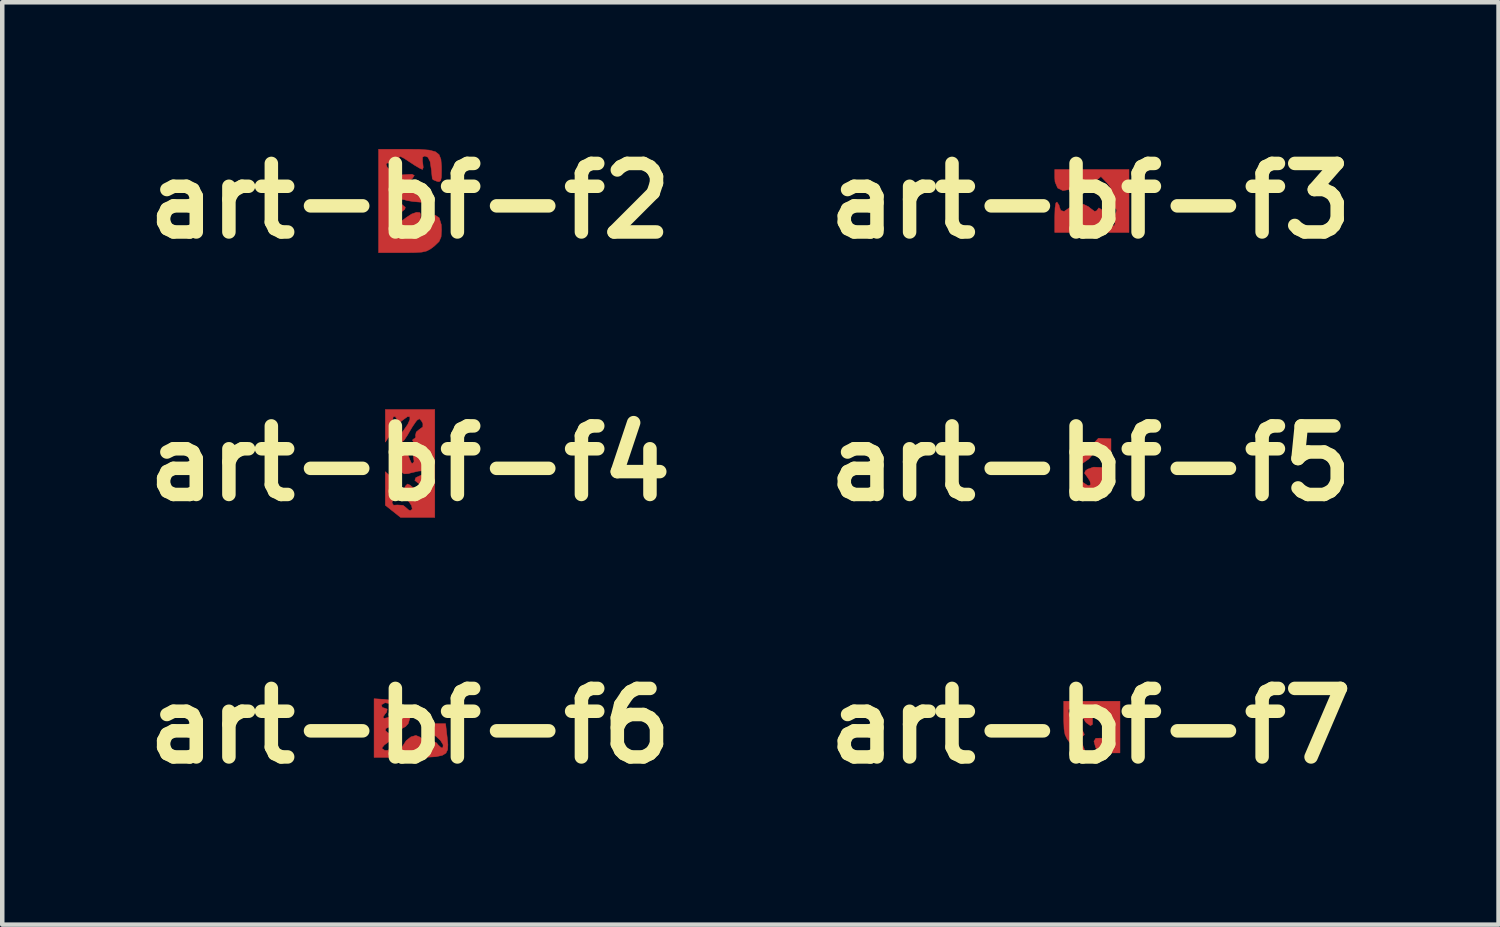
<source format=kicad_pcb>
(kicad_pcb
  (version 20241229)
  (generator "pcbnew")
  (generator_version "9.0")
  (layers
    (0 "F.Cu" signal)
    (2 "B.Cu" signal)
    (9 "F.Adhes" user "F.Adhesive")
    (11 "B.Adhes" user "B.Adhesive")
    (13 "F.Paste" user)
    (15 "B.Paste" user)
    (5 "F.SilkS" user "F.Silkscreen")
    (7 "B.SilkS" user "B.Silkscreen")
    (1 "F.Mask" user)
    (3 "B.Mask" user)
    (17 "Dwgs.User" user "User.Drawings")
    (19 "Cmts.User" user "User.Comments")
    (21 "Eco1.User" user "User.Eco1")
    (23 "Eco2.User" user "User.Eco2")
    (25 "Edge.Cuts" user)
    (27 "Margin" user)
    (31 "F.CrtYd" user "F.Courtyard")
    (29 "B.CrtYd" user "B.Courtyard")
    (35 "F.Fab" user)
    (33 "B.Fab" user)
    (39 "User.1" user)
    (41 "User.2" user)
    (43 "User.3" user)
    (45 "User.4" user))
  (footprint "art-bf-f3"
    (layer "F.Cu")
    (at 21.201 1.418)
    (property "Reference" "art-bf-f3" (at 0 0 0) (layer "F.SilkS") (effects (font (size 1.524 1.524) (thickness 0.3))))
    (attr through_hole)
    (fp_poly (pts (xy 0.85 0.7) (xy -0.8 0.7) (xy -0.8 0.347) (xy -0.794 0.155) (xy -0.775 0.045) (xy -0.75 0.025) (xy -0.703 0.098) (xy -0.7 0.125) (xy -0.666 0.211) (xy -0.592 0.233) (xy -0.53 0.191) (xy -0.445 0.131) (xy -0.314 0.085) (xy -0.304 0.083) (xy -0.161 0.074) (xy -0.05 0.128) (xy -0.009 0.162) (xy 0.085 0.231) (xy 0.133 0.219) (xy 0.136 0.212) (xy 0.179 0.154) (xy 0.236 0.189) (xy 0.31 0.318) (xy 0.325 0.35) (xy 0.396 0.47) (xy 0.468 0.54) (xy 0.523 0.551) (xy 0.542 0.497) (xy 0.533 0.44) (xy 0.533 0.324) (xy 0.56 0.263) (xy 0.578 0.204) (xy 0.53 0.129) (xy 0.445 0.05) (xy 0.321 -0.047) (xy 0.214 -0.115) (xy 0.188 -0.127) (xy 0.11 -0.176) (xy 0.113 -0.228) (xy 0.177 -0.267) (xy 0.284 -0.276) (xy 0.345 -0.266) (xy 0.432 -0.258) (xy 0.437 -0.305) (xy 0.359 -0.406) (xy 0.338 -0.427) (xy 0.227 -0.543) (xy 0.021 -0.374) (xy -0.119 -0.273) (xy -0.206 -0.244) (xy -0.239 -0.259) (xy -0.319 -0.287) (xy -0.449 -0.258) (xy -0.62 -0.231) (xy -0.736 -0.288) (xy -0.794 -0.425) (xy -0.8 -0.512) (xy -0.8 -0.7) (xy 0.85 -0.7) (xy 0.85 0.7)) (stroke (width 0.01) (type solid)) (fill yes) (layer "F.Cu")))
  (footprint "art-bf-f7"
    (layer "F.Cu")
    (at 21.201 13.09)
    (property "Reference" "art-bf-f7" (at 0 0 0) (layer "F.SilkS") (effects (font (size 1.524 1.524) (thickness 0.3))))
    (attr through_hole)
    (fp_poly (pts (xy 0.65 0.6) (xy 0.408 0.6) (xy 0.256 0.593) (xy 0.171 0.562) (xy 0.118 0.494) (xy 0.107 0.471) (xy 0.071 0.341) (xy 0.112 0.275) (xy 0.231 0.271) (xy 0.255 0.276) (xy 0.361 0.28) (xy 0.405 0.244) (xy 0.37 0.188) (xy 0.353 0.177) (xy 0.329 0.113) (xy 0.332 -0.005) (xy 0.335 -0.026) (xy 0.337 -0.142) (xy 0.309 -0.201) (xy 0.268 -0.19) (xy 0.236 -0.113) (xy 0.213 -0.076) (xy 0.177 -0.127) (xy 0.152 -0.187) (xy 0.093 -0.301) (xy 0.049 -0.319) (xy 0.031 -0.243) (xy 0.039 -0.152) (xy 0.039 -0.035) (xy -0.006 -0.006) (xy -0.094 -0.067) (xy -0.124 -0.099) (xy -0.188 -0.226) (xy -0.183 -0.349) (xy -0.18 -0.457) (xy -0.212 -0.502) (xy -0.26 -0.469) (xy -0.282 -0.424) (xy -0.347 -0.37) (xy -0.406 -0.377) (xy -0.485 -0.376) (xy -0.5 -0.333) (xy -0.479 -0.256) (xy -0.463 -0.242) (xy -0.406 -0.193) (xy -0.327 -0.1) (xy -0.244 0.011) (xy -0.177 0.115) (xy -0.143 0.185) (xy -0.148 0.2) (xy -0.19 0.241) (xy -0.197 0.339) (xy -0.168 0.46) (xy -0.148 0.503) (xy -0.125 0.584) (xy -0.16 0.608) (xy -0.237 0.582) (xy -0.337 0.511) (xy -0.442 0.403) (xy -0.524 0.292) (xy -0.571 0.194) (xy -0.593 0.072) (xy -0.6 -0.105) (xy -0.6 -0.172) (xy -0.6 -0.55) (xy 0.65 -0.55) (xy 0.65 0.6)) (stroke (width 0.01) (type solid)) (fill yes) (layer "F.Cu")))
  (footprint "art-bf-f5"
    (layer "F.Cu")
    (at 21.201 7.254)
    (property "Reference" "art-bf-f5" (at 0 0 0) (layer "F.SilkS") (effects (font (size 1.524 1.524) (thickness 0.3))))
    (attr through_hole)
    (fp_poly (pts (xy 0.45 0.6) (xy 0 0.6) (xy -0.1 0.57) (xy -0.245 0.519) (xy -0.315 0.501) (xy -0.37 0.47) (xy -0.41 0.45) (xy -0.42 0.42) (xy -0.417 0.376) (xy -0.33 0.35) (xy -0.205 0.401) (xy -0.172 0.423) (xy -0.083 0.481) (xy -0.037 0.498) (xy -0.001 0.467) (xy -0.019 0.387) (xy -0.083 0.291) (xy -0.138 0.217) (xy -0.118 0.165) (xy -0.071 0.128) (xy 0.06 0.082) (xy 0.162 0.085) (xy 0.265 0.091) (xy 0.299 0.046) (xy 0.3 0.031) (xy 0.274 -0.039) (xy 0.248 -0.05) (xy 0.222 -0.081) (xy 0.248 -0.147) (xy 0.301 -0.292) (xy 0.288 -0.375) (xy 0.226 -0.386) (xy 0.134 -0.317) (xy 0.074 -0.236) (xy -0.041 -0.101) (xy -0.182 -0.003) (xy -0.316 0.039) (xy -0.378 0.031) (xy -0.425 -0.028) (xy -0.3 -0.15) (xy -0.16 -0.21) (xy 0.17 -0.56) (xy 0.45 -0.55) (xy 0.45 0.6)) (stroke (width 0.01) (type solid)) (fill yes) (layer "F.Cu")))
  (footprint "art-bf-f6"
    (layer "F.Cu")
    (at 6.067 13.09)
    (property "Reference" "art-bf-f6" (at 0 0 0) (layer "F.SilkS") (effects (font (size 1.524 1.524) (thickness 0.3))))
    (attr through_hole)
    (fp_poly (pts (xy -0.562 -0.59) (xy -0.424 -0.572) (xy -0.353 -0.542) (xy -0.35 -0.525) (xy -0.409 -0.49) (xy -0.425 -0.493) (xy -0.556 -0.516) (xy -0.631 -0.474) (xy -0.636 -0.463) (xy -0.617 -0.409) (xy -0.579 -0.4) (xy -0.508 -0.374) (xy -0.521 -0.306) (xy -0.559 -0.261) (xy -0.603 -0.194) (xy -0.575 -0.168) (xy -0.498 -0.185) (xy -0.401 -0.241) (xy -0.252 -0.33) (xy -0.14 -0.341) (xy -0.06 -0.29) (xy -0.003 -0.175) (xy -0.041 -0.052) (xy -0.099 0.013) (xy -0.204 0.07) (xy -0.324 0.05) (xy -0.329 0.049) (xy -0.461 0.022) (xy -0.538 0.056) (xy -0.55 0.099) (xy -0.508 0.144) (xy -0.416 0.186) (xy -0.282 0.231) (xy -0.466 0.345) (xy -0.572 0.423) (xy -0.623 0.487) (xy -0.622 0.504) (xy -0.56 0.545) (xy -0.485 0.542) (xy -0.45 0.5) (xy -0.409 0.457) (xy -0.37 0.45) (xy -0.313 0.481) (xy -0.318 0.525) (xy -0.313 0.589) (xy -0.284 0.6) (xy -0.225 0.558) (xy -0.168 0.456) (xy -0.166 0.451) (xy -0.085 0.325) (xy 0.02 0.243) (xy 0.13 0.211) (xy 0.217 0.247) (xy 0.25 0.275) (xy 0.325 0.366) (xy 0.35 0.433) (xy 0.371 0.495) (xy 0.431 0.469) (xy 0.482 0.412) (xy 0.538 0.354) (xy 0.585 0.374) (xy 0.624 0.421) (xy 0.691 0.484) (xy 0.729 0.488) (xy 0.736 0.42) (xy 0.679 0.326) (xy 0.578 0.231) (xy 0.471 0.17) (xy 0.335 0.094) (xy 0.297 0.026) (xy 0.352 -0.025) (xy 0.498 -0.049) (xy 0.545 -0.05) (xy 0.79 -0.05) (xy 0.826 0.259) (xy 0.841 0.413) (xy 0.836 0.526) (xy 0.798 0.605) (xy 0.715 0.655) (xy 0.574 0.684) (xy 0.364 0.697) (xy 0.07 0.7) (xy -0.06 0.7) (xy -0.8 0.7) (xy -0.8 -0.605) (xy -0.562 -0.59)) (stroke (width 0.01) (type solid)) (fill yes) (layer "F.Cu")))
  (footprint "art-bf-f4"
    (layer "F.Cu")
    (at 6.067 7.254)
    (property "Reference" "art-bf-f4" (at 0 0 0) (layer "F.SilkS") (effects (font (size 1.524 1.524) (thickness 0.3))))
    (attr through_hole)
    (fp_poly (pts (xy 0.55 1.2) (xy -0.21 1.2) (xy -0.55 0.93) (xy -0.55 0.183) (xy -0.425 0.3) (xy -0.345 0.415) (xy -0.302 0.557) (xy -0.301 0.688) (xy -0.347 0.773) (xy -0.35 0.775) (xy -0.396 0.847) (xy -0.4 0.879) (xy -0.368 0.929) (xy -0.284 0.923) (xy -0.156 0.931) (xy -0.103 0.972) (xy -0.03 1.036) (xy 0.006 1.05) (xy 0.049 1.017) (xy 0.034 0.938) (xy -0.029 0.845) (xy -0.05 0.825) (xy -0.139 0.694) (xy -0.128 0.552) (xy -0.102 0.502) (xy -0.057 0.457) (xy 0.003 0.484) (xy 0.038 0.514) (xy 0.132 0.58) (xy 0.191 0.6) (xy 0.243 0.567) (xy 0.241 0.498) (xy 0.188 0.438) (xy 0.175 0.432) (xy 0.106 0.377) (xy 0.127 0.316) (xy 0.225 0.271) (xy 0.319 0.23) (xy 0.35 0.189) (xy 0.307 0.162) (xy 0.188 0.17) (xy 0.013 0.211) (xy -0.037 0.226) (xy -0.129 0.231) (xy -0.225 0.174) (xy -0.3 0.1) (xy -0.394 -0.026) (xy -0.446 -0.149) (xy -0.45 -0.18) (xy -0.432 -0.267) (xy -0.359 -0.298) (xy -0.304 -0.3) (xy -0.154 -0.266) (xy -0.043 -0.181) (xy 0 -0.071) (xy 0.031 -0.007) (xy 0.055 0) (xy 0.089 -0.041) (xy 0.079 -0.125) (xy 0.064 -0.219) (xy 0.092 -0.243) (xy 0.18 -0.199) (xy 0.229 -0.168) (xy 0.33 -0.116) (xy 0.395 -0.13) (xy 0.415 -0.149) (xy 0.445 -0.212) (xy 0.425 -0.231) (xy 0.289 -0.297) (xy 0.171 -0.377) (xy 0.087 -0.457) (xy 0.053 -0.52) (xy 0.086 -0.549) (xy 0.098 -0.55) (xy 0.127 -0.586) (xy 0.12 -0.621) (xy 0.137 -0.698) (xy 0.196 -0.748) (xy 0.284 -0.812) (xy 0.286 -0.886) (xy 0.251 -0.95) (xy 0.207 -0.994) (xy 0.155 -0.961) (xy 0.126 -0.925) (xy 0.051 -0.815) (xy -0.034 -0.671) (xy -0.052 -0.638) (xy -0.13 -0.521) (xy -0.205 -0.456) (xy -0.226 -0.45) (xy -0.288 -0.467) (xy -0.285 -0.526) (xy -0.216 -0.638) (xy -0.15 -0.725) (xy -0.051 -0.869) (xy -0.003 -0.978) (xy -0.005 -1.04) (xy -0.057 -1.041) (xy -0.158 -0.968) (xy -0.228 -0.914) (xy -0.263 -0.931) (xy -0.279 -0.968) (xy -0.331 -1.045) (xy -0.375 -1.036) (xy -0.39 -0.953) (xy -0.384 -0.909) (xy -0.399 -0.729) (xy -0.453 -0.622) (xy -0.549 -0.475) (xy -0.55 -1.2) (xy 0.55 -1.2) (xy 0.55 1.2)) (stroke (width 0.01) (type solid)) (fill yes) (layer "F.Cu")))
  (footprint "art-bf-f2"
    (layer "F.Cu")
    (at 6.067 1.418)
    (property "Reference" "art-bf-f2" (at 0 0 0) (layer "F.SilkS") (effects (font (size 1.524 1.524) (thickness 0.3))))
    (attr through_hole)
    (fp_poly (pts (xy 0.213 -1.147) (xy 0.423 -1.131) (xy 0.562 -1.095) (xy 0.645 -1.03) (xy 0.686 -0.927) (xy 0.699 -0.778) (xy 0.7 -0.688) (xy 0.697 -0.53) (xy 0.681 -0.451) (xy 0.645 -0.428) (xy 0.6 -0.436) (xy 0.516 -0.47) (xy 0.495 -0.493) (xy 0.487 -0.561) (xy 0.476 -0.681) (xy 0.475 -0.686) (xy 0.447 -0.873) (xy 0.396 -0.973) (xy 0.328 -1) (xy 0.278 -0.975) (xy 0.276 -0.885) (xy 0.282 -0.85) (xy 0.293 -0.746) (xy 0.277 -0.7) (xy 0.276 -0.7) (xy 0.217 -0.726) (xy 0.105 -0.792) (xy 0.017 -0.85) (xy -0.132 -0.948) (xy -0.214 -0.989) (xy -0.245 -0.975) (xy -0.237 -0.907) (xy -0.229 -0.875) (xy -0.224 -0.776) (xy -0.28 -0.755) (xy -0.398 -0.81) (xy -0.398 -0.811) (xy -0.495 -0.849) (xy -0.534 -0.822) (xy -0.509 -0.75) (xy -0.44 -0.675) (xy -0.323 -0.597) (xy -0.195 -0.578) (xy -0.102 -0.586) (xy 0.043 -0.594) (xy 0.095 -0.567) (xy 0.054 -0.504) (xy 0.013 -0.47) (xy -0.04 -0.422) (xy -0.011 -0.404) (xy 0.06 -0.402) (xy 0.184 -0.378) (xy 0.232 -0.32) (xy 0.192 -0.245) (xy 0.172 -0.229) (xy 0.122 -0.166) (xy 0.149 -0.125) (xy 0.228 -0.123) (xy 0.3 -0.15) (xy 0.418 -0.181) (xy 0.487 -0.128) (xy 0.5 -0.052) (xy 0.486 0.001) (xy 0.429 0.026) (xy 0.306 0.03) (xy 0.237 0.027) (xy 0.069 0.013) (xy -0.068 -0.01) (xy -0.115 -0.024) (xy -0.213 -0.041) (xy -0.241 -0.000481) (xy -0.186 0.073) (xy -0.175 0.082) (xy -0.106 0.141) (xy -0.117 0.185) (xy -0.17 0.226) (xy -0.266 0.289) (xy -0.317 0.314) (xy -0.335 0.357) (xy -0.298 0.41) (xy -0.241 0.454) (xy -0.18 0.442) (xy -0.084 0.369) (xy 0.036 0.29) (xy 0.145 0.252) (xy 0.219 0.259) (xy 0.236 0.313) (xy 0.232 0.325) (xy 0.229 0.388) (xy 0.295 0.391) (xy 0.421 0.343) (xy 0.557 0.315) (xy 0.648 0.376) (xy 0.694 0.527) (xy 0.7 0.644) (xy 0.69 0.799) (xy 0.645 0.902) (xy 0.543 1) (xy 0.528 1.012) (xy 0.444 1.074) (xy 0.365 1.114) (xy 0.264 1.137) (xy 0.118 1.147) (xy -0.097 1.15) (xy -0.172 1.15) (xy -0.7 1.15) (xy -0.7 -1.15) (xy -0.083 -1.15) (xy 0.213 -1.147)) (stroke (width 0.01) (type solid)) (fill yes) (layer "F.Cu")))
  (gr_rect
    (start -3 -3)
    (end 30.268 17.508)
    (stroke (width 0.1) (type default))
    (fill no)
    (layer "Edge.Cuts")))
</source>
